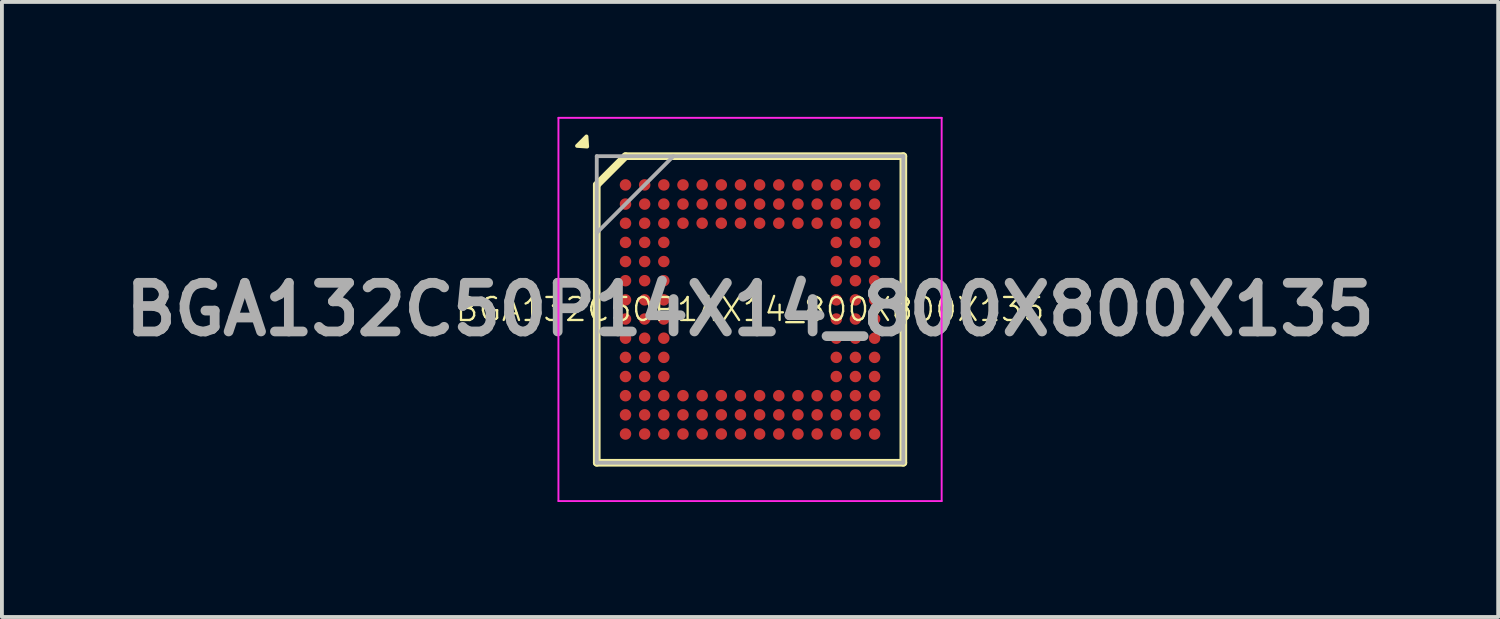
<source format=kicad_pcb>
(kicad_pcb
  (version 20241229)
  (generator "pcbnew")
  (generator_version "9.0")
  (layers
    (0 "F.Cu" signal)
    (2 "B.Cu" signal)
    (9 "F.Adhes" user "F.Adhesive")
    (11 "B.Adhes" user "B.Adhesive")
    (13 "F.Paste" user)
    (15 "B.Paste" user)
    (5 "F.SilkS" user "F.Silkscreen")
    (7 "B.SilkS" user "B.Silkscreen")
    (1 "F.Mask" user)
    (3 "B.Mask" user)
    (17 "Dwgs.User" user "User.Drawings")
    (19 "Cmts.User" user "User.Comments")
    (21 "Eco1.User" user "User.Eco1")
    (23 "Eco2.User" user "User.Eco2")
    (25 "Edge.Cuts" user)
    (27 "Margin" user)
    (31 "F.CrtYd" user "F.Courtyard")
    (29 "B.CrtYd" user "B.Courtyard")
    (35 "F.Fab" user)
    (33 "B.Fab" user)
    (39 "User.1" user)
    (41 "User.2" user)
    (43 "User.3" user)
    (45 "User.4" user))
  (footprint "BGA132C50P14X14_800X800X135"
    (layer "F.Cu")
    (at 16.522 5.025)
    (property "Reference" "BGA132C50P14X14_800X800X135" (at 0 0 0) (layer "F.SilkS") (effects (font (size 0.6 0.6) (thickness 0.06))))
    (attr smd)
    (fp_line (start -4 -3.25) (end -3.25 -4) (stroke (width 0.2) (type solid)) (layer "F.SilkS"))
    (fp_line (start -4 4) (end -4 -3.25) (stroke (width 0.2) (type solid)) (layer "F.SilkS"))
    (fp_line (start -3.25 -4) (end 4 -4) (stroke (width 0.2) (type solid)) (layer "F.SilkS"))
    (fp_line (start 4 -4) (end 4 4) (stroke (width 0.2) (type solid)) (layer "F.SilkS"))
    (fp_line (start 4 4) (end -4 4) (stroke (width 0.2) (type solid)) (layer "F.SilkS"))
    (fp_poly (pts (xy -4.25 -4.25) (xy -4.268 -4.515) (xy -4.515 -4.268)) (stroke (width 0.1) (type solid)) (fill yes) (layer "F.SilkS"))
    (fp_line (start -5 -5) (end 5 -5) (stroke (width 0.05) (type solid)) (layer "F.CrtYd"))
    (fp_line (start -5 5) (end -5 -5) (stroke (width 0.05) (type solid)) (layer "F.CrtYd"))
    (fp_line (start 5 -5) (end 5 5) (stroke (width 0.05) (type solid)) (layer "F.CrtYd"))
    (fp_line (start 5 5) (end -5 5) (stroke (width 0.05) (type solid)) (layer "F.CrtYd"))
    (fp_line (start -4 -4) (end 4 -4) (stroke (width 0.1) (type solid)) (layer "F.Fab"))
    (fp_line (start -4 -2) (end -2 -4) (stroke (width 0.1) (type solid)) (layer "F.Fab"))
    (fp_line (start -4 4) (end -4 -4) (stroke (width 0.1) (type solid)) (layer "F.Fab"))
    (fp_line (start 4 -4) (end 4 4) (stroke (width 0.1) (type solid)) (layer "F.Fab"))
    (fp_line (start 4 4) (end -4 4) (stroke (width 0.1) (type solid)) (layer "F.Fab"))
    (fp_text user "${REFERENCE}" (at 0 0 0) (layer "F.Fab") (effects (font (size 1.27 1.27) (thickness 0.254))))
    (pad "A1" smd circle (at -3.25 -3.25 90) (size 0.3 0.3) (layers "F.Cu" "F.Mask" "F.Paste"))
    (pad "A2" smd circle (at -2.75 -3.25 90) (size 0.3 0.3) (layers "F.Cu" "F.Mask" "F.Paste"))
    (pad "A3" smd circle (at -2.25 -3.25 90) (size 0.3 0.3) (layers "F.Cu" "F.Mask" "F.Paste"))
    (pad "A4" smd circle (at -1.75 -3.25 90) (size 0.3 0.3) (layers "F.Cu" "F.Mask" "F.Paste"))
    (pad "A5" smd circle (at -1.25 -3.25 90) (size 0.3 0.3) (layers "F.Cu" "F.Mask" "F.Paste"))
    (pad "A6" smd circle (at -0.75 -3.25 90) (size 0.3 0.3) (layers "F.Cu" "F.Mask" "F.Paste"))
    (pad "A7" smd circle (at -0.25 -3.25 90) (size 0.3 0.3) (layers "F.Cu" "F.Mask" "F.Paste"))
    (pad "A8" smd circle (at 0.25 -3.25 90) (size 0.3 0.3) (layers "F.Cu" "F.Mask" "F.Paste"))
    (pad "A9" smd circle (at 0.75 -3.25 90) (size 0.3 0.3) (layers "F.Cu" "F.Mask" "F.Paste"))
    (pad "A10" smd circle (at 1.25 -3.25 90) (size 0.3 0.3) (layers "F.Cu" "F.Mask" "F.Paste"))
    (pad "A11" smd circle (at 1.75 -3.25 90) (size 0.3 0.3) (layers "F.Cu" "F.Mask" "F.Paste"))
    (pad "A12" smd circle (at 2.25 -3.25 90) (size 0.3 0.3) (layers "F.Cu" "F.Mask" "F.Paste"))
    (pad "A13" smd circle (at 2.75 -3.25 90) (size 0.3 0.3) (layers "F.Cu" "F.Mask" "F.Paste"))
    (pad "A14" smd circle (at 3.25 -3.25 90) (size 0.3 0.3) (layers "F.Cu" "F.Mask" "F.Paste"))
    (pad "B1" smd circle (at -3.25 -2.75 90) (size 0.3 0.3) (layers "F.Cu" "F.Mask" "F.Paste"))
    (pad "B2" smd circle (at -2.75 -2.75 90) (size 0.3 0.3) (layers "F.Cu" "F.Mask" "F.Paste"))
    (pad "B3" smd circle (at -2.25 -2.75 90) (size 0.3 0.3) (layers "F.Cu" "F.Mask" "F.Paste"))
    (pad "B4" smd circle (at -1.75 -2.75 90) (size 0.3 0.3) (layers "F.Cu" "F.Mask" "F.Paste"))
    (pad "B5" smd circle (at -1.25 -2.75 90) (size 0.3 0.3) (layers "F.Cu" "F.Mask" "F.Paste"))
    (pad "B6" smd circle (at -0.75 -2.75 90) (size 0.3 0.3) (layers "F.Cu" "F.Mask" "F.Paste"))
    (pad "B7" smd circle (at -0.25 -2.75 90) (size 0.3 0.3) (layers "F.Cu" "F.Mask" "F.Paste"))
    (pad "B8" smd circle (at 0.25 -2.75 90) (size 0.3 0.3) (layers "F.Cu" "F.Mask" "F.Paste"))
    (pad "B9" smd circle (at 0.75 -2.75 90) (size 0.3 0.3) (layers "F.Cu" "F.Mask" "F.Paste"))
    (pad "B10" smd circle (at 1.25 -2.75 90) (size 0.3 0.3) (layers "F.Cu" "F.Mask" "F.Paste"))
    (pad "B11" smd circle (at 1.75 -2.75 90) (size 0.3 0.3) (layers "F.Cu" "F.Mask" "F.Paste"))
    (pad "B12" smd circle (at 2.25 -2.75 90) (size 0.3 0.3) (layers "F.Cu" "F.Mask" "F.Paste"))
    (pad "B13" smd circle (at 2.75 -2.75 90) (size 0.3 0.3) (layers "F.Cu" "F.Mask" "F.Paste"))
    (pad "B14" smd circle (at 3.25 -2.75 90) (size 0.3 0.3) (layers "F.Cu" "F.Mask" "F.Paste"))
    (pad "C1" smd circle (at -3.25 -2.25 90) (size 0.3 0.3) (layers "F.Cu" "F.Mask" "F.Paste"))
    (pad "C2" smd circle (at -2.75 -2.25 90) (size 0.3 0.3) (layers "F.Cu" "F.Mask" "F.Paste"))
    (pad "C3" smd circle (at -2.25 -2.25 90) (size 0.3 0.3) (layers "F.Cu" "F.Mask" "F.Paste"))
    (pad "C4" smd circle (at -1.75 -2.25 90) (size 0.3 0.3) (layers "F.Cu" "F.Mask" "F.Paste"))
    (pad "C5" smd circle (at -1.25 -2.25 90) (size 0.3 0.3) (layers "F.Cu" "F.Mask" "F.Paste"))
    (pad "C6" smd circle (at -0.75 -2.25 90) (size 0.3 0.3) (layers "F.Cu" "F.Mask" "F.Paste"))
    (pad "C7" smd circle (at -0.25 -2.25 90) (size 0.3 0.3) (layers "F.Cu" "F.Mask" "F.Paste"))
    (pad "C8" smd circle (at 0.25 -2.25 90) (size 0.3 0.3) (layers "F.Cu" "F.Mask" "F.Paste"))
    (pad "C9" smd circle (at 0.75 -2.25 90) (size 0.3 0.3) (layers "F.Cu" "F.Mask" "F.Paste"))
    (pad "C10" smd circle (at 1.25 -2.25 90) (size 0.3 0.3) (layers "F.Cu" "F.Mask" "F.Paste"))
    (pad "C11" smd circle (at 1.75 -2.25 90) (size 0.3 0.3) (layers "F.Cu" "F.Mask" "F.Paste"))
    (pad "C12" smd circle (at 2.25 -2.25 90) (size 0.3 0.3) (layers "F.Cu" "F.Mask" "F.Paste"))
    (pad "C13" smd circle (at 2.75 -2.25 90) (size 0.3 0.3) (layers "F.Cu" "F.Mask" "F.Paste"))
    (pad "C14" smd circle (at 3.25 -2.25 90) (size 0.3 0.3) (layers "F.Cu" "F.Mask" "F.Paste"))
    (pad "D1" smd circle (at -3.25 -1.75 90) (size 0.3 0.3) (layers "F.Cu" "F.Mask" "F.Paste"))
    (pad "D2" smd circle (at -2.75 -1.75 90) (size 0.3 0.3) (layers "F.Cu" "F.Mask" "F.Paste"))
    (pad "D3" smd circle (at -2.25 -1.75 90) (size 0.3 0.3) (layers "F.Cu" "F.Mask" "F.Paste"))
    (pad "D12" smd circle (at 2.25 -1.75 90) (size 0.3 0.3) (layers "F.Cu" "F.Mask" "F.Paste"))
    (pad "D13" smd circle (at 2.75 -1.75 90) (size 0.3 0.3) (layers "F.Cu" "F.Mask" "F.Paste"))
    (pad "D14" smd circle (at 3.25 -1.75 90) (size 0.3 0.3) (layers "F.Cu" "F.Mask" "F.Paste"))
    (pad "E1" smd circle (at -3.25 -1.25 90) (size 0.3 0.3) (layers "F.Cu" "F.Mask" "F.Paste"))
    (pad "E2" smd circle (at -2.75 -1.25 90) (size 0.3 0.3) (layers "F.Cu" "F.Mask" "F.Paste"))
    (pad "E3" smd circle (at -2.25 -1.25 90) (size 0.3 0.3) (layers "F.Cu" "F.Mask" "F.Paste"))
    (pad "E12" smd circle (at 2.25 -1.25 90) (size 0.3 0.3) (layers "F.Cu" "F.Mask" "F.Paste"))
    (pad "E13" smd circle (at 2.75 -1.25 90) (size 0.3 0.3) (layers "F.Cu" "F.Mask" "F.Paste"))
    (pad "E14" smd circle (at 3.25 -1.25 90) (size 0.3 0.3) (layers "F.Cu" "F.Mask" "F.Paste"))
    (pad "F1" smd circle (at -3.25 -0.75 90) (size 0.3 0.3) (layers "F.Cu" "F.Mask" "F.Paste"))
    (pad "F2" smd circle (at -2.75 -0.75 90) (size 0.3 0.3) (layers "F.Cu" "F.Mask" "F.Paste"))
    (pad "F3" smd circle (at -2.25 -0.75 90) (size 0.3 0.3) (layers "F.Cu" "F.Mask" "F.Paste"))
    (pad "F12" smd circle (at 2.25 -0.75 90) (size 0.3 0.3) (layers "F.Cu" "F.Mask" "F.Paste"))
    (pad "F13" smd circle (at 2.75 -0.75 90) (size 0.3 0.3) (layers "F.Cu" "F.Mask" "F.Paste"))
    (pad "F14" smd circle (at 3.25 -0.75 90) (size 0.3 0.3) (layers "F.Cu" "F.Mask" "F.Paste"))
    (pad "G1" smd circle (at -3.25 -0.25 90) (size 0.3 0.3) (layers "F.Cu" "F.Mask" "F.Paste"))
    (pad "G2" smd circle (at -2.75 -0.25 90) (size 0.3 0.3) (layers "F.Cu" "F.Mask" "F.Paste"))
    (pad "G3" smd circle (at -2.25 -0.25 90) (size 0.3 0.3) (layers "F.Cu" "F.Mask" "F.Paste"))
    (pad "G12" smd circle (at 2.25 -0.25 90) (size 0.3 0.3) (layers "F.Cu" "F.Mask" "F.Paste"))
    (pad "G13" smd circle (at 2.75 -0.25 90) (size 0.3 0.3) (layers "F.Cu" "F.Mask" "F.Paste"))
    (pad "G14" smd circle (at 3.25 -0.25 90) (size 0.3 0.3) (layers "F.Cu" "F.Mask" "F.Paste"))
    (pad "H1" smd circle (at -3.25 0.25 90) (size 0.3 0.3) (layers "F.Cu" "F.Mask" "F.Paste"))
    (pad "H2" smd circle (at -2.75 0.25 90) (size 0.3 0.3) (layers "F.Cu" "F.Mask" "F.Paste"))
    (pad "H3" smd circle (at -2.25 0.25 90) (size 0.3 0.3) (layers "F.Cu" "F.Mask" "F.Paste"))
    (pad "H12" smd circle (at 2.25 0.25 90) (size 0.3 0.3) (layers "F.Cu" "F.Mask" "F.Paste"))
    (pad "H13" smd circle (at 2.75 0.25 90) (size 0.3 0.3) (layers "F.Cu" "F.Mask" "F.Paste"))
    (pad "H14" smd circle (at 3.25 0.25 90) (size 0.3 0.3) (layers "F.Cu" "F.Mask" "F.Paste"))
    (pad "J1" smd circle (at -3.25 0.75 90) (size 0.3 0.3) (layers "F.Cu" "F.Mask" "F.Paste"))
    (pad "J2" smd circle (at -2.75 0.75 90) (size 0.3 0.3) (layers "F.Cu" "F.Mask" "F.Paste"))
    (pad "J3" smd circle (at -2.25 0.75 90) (size 0.3 0.3) (layers "F.Cu" "F.Mask" "F.Paste"))
    (pad "J12" smd circle (at 2.25 0.75 90) (size 0.3 0.3) (layers "F.Cu" "F.Mask" "F.Paste"))
    (pad "J13" smd circle (at 2.75 0.75 90) (size 0.3 0.3) (layers "F.Cu" "F.Mask" "F.Paste"))
    (pad "J14" smd circle (at 3.25 0.75 90) (size 0.3 0.3) (layers "F.Cu" "F.Mask" "F.Paste"))
    (pad "K1" smd circle (at -3.25 1.25 90) (size 0.3 0.3) (layers "F.Cu" "F.Mask" "F.Paste"))
    (pad "K2" smd circle (at -2.75 1.25 90) (size 0.3 0.3) (layers "F.Cu" "F.Mask" "F.Paste"))
    (pad "K3" smd circle (at -2.25 1.25 90) (size 0.3 0.3) (layers "F.Cu" "F.Mask" "F.Paste"))
    (pad "K12" smd circle (at 2.25 1.25 90) (size 0.3 0.3) (layers "F.Cu" "F.Mask" "F.Paste"))
    (pad "K13" smd circle (at 2.75 1.25 90) (size 0.3 0.3) (layers "F.Cu" "F.Mask" "F.Paste"))
    (pad "K14" smd circle (at 3.25 1.25 90) (size 0.3 0.3) (layers "F.Cu" "F.Mask" "F.Paste"))
    (pad "L1" smd circle (at -3.25 1.75 90) (size 0.3 0.3) (layers "F.Cu" "F.Mask" "F.Paste"))
    (pad "L2" smd circle (at -2.75 1.75 90) (size 0.3 0.3) (layers "F.Cu" "F.Mask" "F.Paste"))
    (pad "L3" smd circle (at -2.25 1.75 90) (size 0.3 0.3) (layers "F.Cu" "F.Mask" "F.Paste"))
    (pad "L12" smd circle (at 2.25 1.75 90) (size 0.3 0.3) (layers "F.Cu" "F.Mask" "F.Paste"))
    (pad "L13" smd circle (at 2.75 1.75 90) (size 0.3 0.3) (layers "F.Cu" "F.Mask" "F.Paste"))
    (pad "L14" smd circle (at 3.25 1.75 90) (size 0.3 0.3) (layers "F.Cu" "F.Mask" "F.Paste"))
    (pad "M1" smd circle (at -3.25 2.25 90) (size 0.3 0.3) (layers "F.Cu" "F.Mask" "F.Paste"))
    (pad "M2" smd circle (at -2.75 2.25 90) (size 0.3 0.3) (layers "F.Cu" "F.Mask" "F.Paste"))
    (pad "M3" smd circle (at -2.25 2.25 90) (size 0.3 0.3) (layers "F.Cu" "F.Mask" "F.Paste"))
    (pad "M4" smd circle (at -1.75 2.25 90) (size 0.3 0.3) (layers "F.Cu" "F.Mask" "F.Paste"))
    (pad "M5" smd circle (at -1.25 2.25 90) (size 0.3 0.3) (layers "F.Cu" "F.Mask" "F.Paste"))
    (pad "M6" smd circle (at -0.75 2.25 90) (size 0.3 0.3) (layers "F.Cu" "F.Mask" "F.Paste"))
    (pad "M7" smd circle (at -0.25 2.25 90) (size 0.3 0.3) (layers "F.Cu" "F.Mask" "F.Paste"))
    (pad "M8" smd circle (at 0.25 2.25 90) (size 0.3 0.3) (layers "F.Cu" "F.Mask" "F.Paste"))
    (pad "M9" smd circle (at 0.75 2.25 90) (size 0.3 0.3) (layers "F.Cu" "F.Mask" "F.Paste"))
    (pad "M10" smd circle (at 1.25 2.25 90) (size 0.3 0.3) (layers "F.Cu" "F.Mask" "F.Paste"))
    (pad "M11" smd circle (at 1.75 2.25 90) (size 0.3 0.3) (layers "F.Cu" "F.Mask" "F.Paste"))
    (pad "M12" smd circle (at 2.25 2.25 90) (size 0.3 0.3) (layers "F.Cu" "F.Mask" "F.Paste"))
    (pad "M13" smd circle (at 2.75 2.25 90) (size 0.3 0.3) (layers "F.Cu" "F.Mask" "F.Paste"))
    (pad "M14" smd circle (at 3.25 2.25 90) (size 0.3 0.3) (layers "F.Cu" "F.Mask" "F.Paste"))
    (pad "N1" smd circle (at -3.25 2.75 90) (size 0.3 0.3) (layers "F.Cu" "F.Mask" "F.Paste"))
    (pad "N2" smd circle (at -2.75 2.75 90) (size 0.3 0.3) (layers "F.Cu" "F.Mask" "F.Paste"))
    (pad "N3" smd circle (at -2.25 2.75 90) (size 0.3 0.3) (layers "F.Cu" "F.Mask" "F.Paste"))
    (pad "N4" smd circle (at -1.75 2.75 90) (size 0.3 0.3) (layers "F.Cu" "F.Mask" "F.Paste"))
    (pad "N5" smd circle (at -1.25 2.75 90) (size 0.3 0.3) (layers "F.Cu" "F.Mask" "F.Paste"))
    (pad "N6" smd circle (at -0.75 2.75 90) (size 0.3 0.3) (layers "F.Cu" "F.Mask" "F.Paste"))
    (pad "N7" smd circle (at -0.25 2.75 90) (size 0.3 0.3) (layers "F.Cu" "F.Mask" "F.Paste"))
    (pad "N8" smd circle (at 0.25 2.75 90) (size 0.3 0.3) (layers "F.Cu" "F.Mask" "F.Paste"))
    (pad "N9" smd circle (at 0.75 2.75 90) (size 0.3 0.3) (layers "F.Cu" "F.Mask" "F.Paste"))
    (pad "N10" smd circle (at 1.25 2.75 90) (size 0.3 0.3) (layers "F.Cu" "F.Mask" "F.Paste"))
    (pad "N11" smd circle (at 1.75 2.75 90) (size 0.3 0.3) (layers "F.Cu" "F.Mask" "F.Paste"))
    (pad "N12" smd circle (at 2.25 2.75 90) (size 0.3 0.3) (layers "F.Cu" "F.Mask" "F.Paste"))
    (pad "N13" smd circle (at 2.75 2.75 90) (size 0.3 0.3) (layers "F.Cu" "F.Mask" "F.Paste"))
    (pad "N14" smd circle (at 3.25 2.75 90) (size 0.3 0.3) (layers "F.Cu" "F.Mask" "F.Paste"))
    (pad "P1" smd circle (at -3.25 3.25 90) (size 0.3 0.3) (layers "F.Cu" "F.Mask" "F.Paste"))
    (pad "P2" smd circle (at -2.75 3.25 90) (size 0.3 0.3) (layers "F.Cu" "F.Mask" "F.Paste"))
    (pad "P3" smd circle (at -2.25 3.25 90) (size 0.3 0.3) (layers "F.Cu" "F.Mask" "F.Paste"))
    (pad "P4" smd circle (at -1.75 3.25 90) (size 0.3 0.3) (layers "F.Cu" "F.Mask" "F.Paste"))
    (pad "P5" smd circle (at -1.25 3.25 90) (size 0.3 0.3) (layers "F.Cu" "F.Mask" "F.Paste"))
    (pad "P6" smd circle (at -0.75 3.25 90) (size 0.3 0.3) (layers "F.Cu" "F.Mask" "F.Paste"))
    (pad "P7" smd circle (at -0.25 3.25 90) (size 0.3 0.3) (layers "F.Cu" "F.Mask" "F.Paste"))
    (pad "P8" smd circle (at 0.25 3.25 90) (size 0.3 0.3) (layers "F.Cu" "F.Mask" "F.Paste"))
    (pad "P9" smd circle (at 0.75 3.25 90) (size 0.3 0.3) (layers "F.Cu" "F.Mask" "F.Paste"))
    (pad "P10" smd circle (at 1.25 3.25 90) (size 0.3 0.3) (layers "F.Cu" "F.Mask" "F.Paste"))
    (pad "P11" smd circle (at 1.75 3.25 90) (size 0.3 0.3) (layers "F.Cu" "F.Mask" "F.Paste"))
    (pad "P12" smd circle (at 2.25 3.25 90) (size 0.3 0.3) (layers "F.Cu" "F.Mask" "F.Paste"))
    (pad "P13" smd circle (at 2.75 3.25 90) (size 0.3 0.3) (layers "F.Cu" "F.Mask" "F.Paste"))
    (pad "P14" smd circle (at 3.25 3.25 90) (size 0.3 0.3) (layers "F.Cu" "F.Mask" "F.Paste")))
  (gr_rect
    (start -3 -3)
    (end 36.044 13.05)
    (stroke (width 0.1) (type default))
    (fill no)
    (layer "Edge.Cuts")))
</source>
